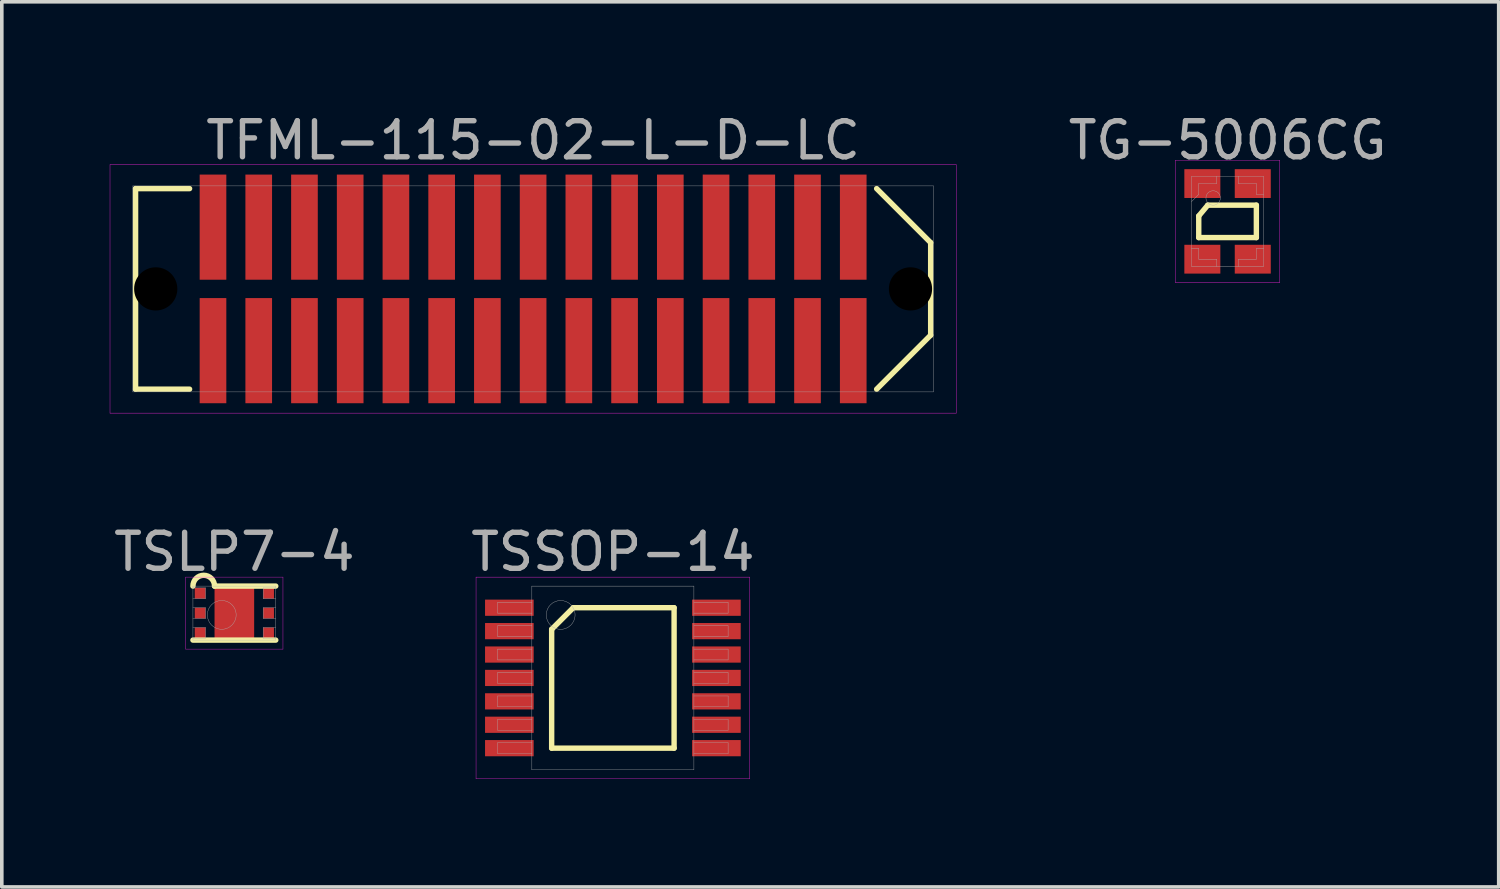
<source format=kicad_pcb>
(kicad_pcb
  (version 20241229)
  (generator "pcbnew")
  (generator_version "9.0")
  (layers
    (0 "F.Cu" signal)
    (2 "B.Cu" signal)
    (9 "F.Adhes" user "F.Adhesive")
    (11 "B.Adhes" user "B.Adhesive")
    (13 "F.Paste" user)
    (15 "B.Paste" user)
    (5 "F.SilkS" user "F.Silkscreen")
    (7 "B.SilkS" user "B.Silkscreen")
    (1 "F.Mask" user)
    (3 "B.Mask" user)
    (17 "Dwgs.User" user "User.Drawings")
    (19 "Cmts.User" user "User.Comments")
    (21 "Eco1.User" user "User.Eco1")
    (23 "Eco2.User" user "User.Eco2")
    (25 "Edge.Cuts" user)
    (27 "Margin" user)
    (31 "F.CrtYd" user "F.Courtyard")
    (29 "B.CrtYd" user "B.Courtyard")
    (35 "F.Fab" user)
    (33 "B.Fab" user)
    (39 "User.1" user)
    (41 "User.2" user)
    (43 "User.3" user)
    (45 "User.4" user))
  (footprint "TFML-115-02-L-D-LC"
    (layer "F.Cu")
    (at 11.755 4.973)
    (property "Reference" "TFML-115-02-L-D-LC" (at 0 -4.125 0) (layer "F.Fab") (effects (font (size 1 1) (thickness 0.15))))
    (attr through_hole)
    (fp_line (start -11.04 -2.785) (end -11.04 2.785) (stroke (width 0.15) (type solid)) (layer "F.SilkS"))
    (fp_line (start -11.04 2.785) (end -9.54 2.785) (stroke (width 0.15) (type solid)) (layer "F.SilkS"))
    (fp_line (start -9.54 -2.785) (end -11.04 -2.785) (stroke (width 0.15) (type solid)) (layer "F.SilkS"))
    (fp_line (start 9.54 2.785) (end 11.04 1.285) (stroke (width 0.15) (type solid)) (layer "F.SilkS"))
    (fp_line (start 11.04 -1.285) (end 9.54 -2.785) (stroke (width 0.15) (type solid)) (layer "F.SilkS"))
    (fp_line (start 11.04 1.285) (end 11.04 -1.285) (stroke (width 0.15) (type solid)) (layer "F.SilkS"))
    (fp_line (start -11.75 -3.45) (end 11.75 -3.45) (stroke (width 0.01) (type solid)) (layer "F.CrtYd"))
    (fp_line (start -11.75 3.45) (end -11.75 -3.45) (stroke (width 0.01) (type solid)) (layer "F.CrtYd"))
    (fp_line (start 11.75 -3.45) (end 11.75 3.45) (stroke (width 0.01) (type solid)) (layer "F.CrtYd"))
    (fp_line (start 11.75 3.45) (end -11.75 3.45) (stroke (width 0.01) (type solid)) (layer "F.CrtYd"))
    (fp_line (start -11.115 -2.86) (end 11.115 -2.86) (stroke (width 0.01) (type solid)) (layer "F.Fab"))
    (fp_line (start -11.115 2.86) (end -11.115 -2.86) (stroke (width 0.01) (type solid)) (layer "F.Fab"))
    (fp_line (start 11.115 -2.86) (end 11.115 2.86) (stroke (width 0.01) (type solid)) (layer "F.Fab"))
    (fp_line (start 11.115 2.86) (end -11.115 2.86) (stroke (width 0.01) (type solid)) (layer "F.Fab"))
    (pad "" np_thru_hole circle (at -10.48 0) (size 1.2 1.2) (drill 1.2) (layers "*.Mask"))
    (pad "" np_thru_hole circle (at 10.48 0) (size 1.2 1.2) (drill 1.2) (layers "*.Mask"))
    (pad "1" smd rect (at -8.89 1.715) (size 0.74 2.92) (layers "F.Cu" "F.Mask" "F.Paste"))
    (pad "2" smd rect (at -8.89 -1.715) (size 0.74 2.92) (layers "F.Cu" "F.Mask" "F.Paste"))
    (pad "3" smd rect (at -7.62 1.715) (size 0.74 2.92) (layers "F.Cu" "F.Mask" "F.Paste"))
    (pad "4" smd rect (at -7.62 -1.715) (size 0.74 2.92) (layers "F.Cu" "F.Mask" "F.Paste"))
    (pad "5" smd rect (at -6.35 1.715) (size 0.74 2.92) (layers "F.Cu" "F.Mask" "F.Paste"))
    (pad "6" smd rect (at -6.35 -1.715) (size 0.74 2.92) (layers "F.Cu" "F.Mask" "F.Paste"))
    (pad "7" smd rect (at -5.08 1.715) (size 0.74 2.92) (layers "F.Cu" "F.Mask" "F.Paste"))
    (pad "8" smd rect (at -5.08 -1.715) (size 0.74 2.92) (layers "F.Cu" "F.Mask" "F.Paste"))
    (pad "9" smd rect (at -3.81 1.715) (size 0.74 2.92) (layers "F.Cu" "F.Mask" "F.Paste"))
    (pad "10" smd rect (at -3.81 -1.715) (size 0.74 2.92) (layers "F.Cu" "F.Mask" "F.Paste"))
    (pad "11" smd rect (at -2.54 1.715) (size 0.74 2.92) (layers "F.Cu" "F.Mask" "F.Paste"))
    (pad "12" smd rect (at -2.54 -1.715) (size 0.74 2.92) (layers "F.Cu" "F.Mask" "F.Paste"))
    (pad "13" smd rect (at -1.27 1.715) (size 0.74 2.92) (layers "F.Cu" "F.Mask" "F.Paste"))
    (pad "14" smd rect (at -1.27 -1.715) (size 0.74 2.92) (layers "F.Cu" "F.Mask" "F.Paste"))
    (pad "15" smd rect (at 0 1.715) (size 0.74 2.92) (layers "F.Cu" "F.Mask" "F.Paste"))
    (pad "16" smd rect (at 0 -1.715) (size 0.74 2.92) (layers "F.Cu" "F.Mask" "F.Paste"))
    (pad "17" smd rect (at 1.27 1.715) (size 0.74 2.92) (layers "F.Cu" "F.Mask" "F.Paste"))
    (pad "18" smd rect (at 1.27 -1.715) (size 0.74 2.92) (layers "F.Cu" "F.Mask" "F.Paste"))
    (pad "19" smd rect (at 2.54 1.715) (size 0.74 2.92) (layers "F.Cu" "F.Mask" "F.Paste"))
    (pad "20" smd rect (at 2.54 -1.715) (size 0.74 2.92) (layers "F.Cu" "F.Mask" "F.Paste"))
    (pad "21" smd rect (at 3.81 1.715) (size 0.74 2.92) (layers "F.Cu" "F.Mask" "F.Paste"))
    (pad "22" smd rect (at 3.81 -1.715) (size 0.74 2.92) (layers "F.Cu" "F.Mask" "F.Paste"))
    (pad "23" smd rect (at 5.08 1.715) (size 0.74 2.92) (layers "F.Cu" "F.Mask" "F.Paste"))
    (pad "24" smd rect (at 5.08 -1.715) (size 0.74 2.92) (layers "F.Cu" "F.Mask" "F.Paste"))
    (pad "25" smd rect (at 6.35 1.715) (size 0.74 2.92) (layers "F.Cu" "F.Mask" "F.Paste"))
    (pad "26" smd rect (at 6.35 -1.715) (size 0.74 2.92) (layers "F.Cu" "F.Mask" "F.Paste"))
    (pad "27" smd rect (at 7.62 1.715) (size 0.74 2.92) (layers "F.Cu" "F.Mask" "F.Paste"))
    (pad "28" smd rect (at 7.62 -1.715) (size 0.74 2.92) (layers "F.Cu" "F.Mask" "F.Paste"))
    (pad "29" smd rect (at 8.89 1.715) (size 0.74 2.92) (layers "F.Cu" "F.Mask" "F.Paste"))
    (pad "30" smd rect (at 8.89 -1.715) (size 0.74 2.92) (layers "F.Cu" "F.Mask" "F.Paste")))
  (footprint "TSSOP-14"
    (layer "F.Cu")
    (at 13.97 15.777)
    (property "Reference" "TSSOP-14" (at 0 -3.5 0) (layer "F.Fab") (effects (font (size 1 1) (thickness 0.15))))
    (attr through_hole)
    (fp_line (start -1.7 -1.35) (end -1.1 -1.95) (stroke (width 0.15) (type solid)) (layer "F.SilkS"))
    (fp_line (start -1.7 1.95) (end -1.7 -1.35) (stroke (width 0.15) (type solid)) (layer "F.SilkS"))
    (fp_line (start -1.1 -1.95) (end 1.7 -1.95) (stroke (width 0.15) (type solid)) (layer "F.SilkS"))
    (fp_line (start 1.7 -1.95) (end 1.7 1.95) (stroke (width 0.15) (type solid)) (layer "F.SilkS"))
    (fp_line (start 1.7 1.95) (end -1.7 1.95) (stroke (width 0.15) (type solid)) (layer "F.SilkS"))
    (fp_line (start -3.8 -2.8) (end 3.8 -2.8) (stroke (width 0.01) (type solid)) (layer "F.CrtYd"))
    (fp_line (start -3.8 2.8) (end -3.8 -2.8) (stroke (width 0.01) (type solid)) (layer "F.CrtYd"))
    (fp_line (start 3.8 -2.8) (end 3.8 2.8) (stroke (width 0.01) (type solid)) (layer "F.CrtYd"))
    (fp_line (start 3.8 2.8) (end -3.8 2.8) (stroke (width 0.01) (type solid)) (layer "F.CrtYd"))
    (fp_line (start -3.2 -2.1) (end -2.25 -2.1) (stroke (width 0.01) (type solid)) (layer "F.Fab"))
    (fp_line (start -3.2 -1.8) (end -3.2 -2.1) (stroke (width 0.01) (type solid)) (layer "F.Fab"))
    (fp_line (start -3.2 -1.45) (end -2.25 -1.45) (stroke (width 0.01) (type solid)) (layer "F.Fab"))
    (fp_line (start -3.2 -1.15) (end -3.2 -1.45) (stroke (width 0.01) (type solid)) (layer "F.Fab"))
    (fp_line (start -3.2 -0.8) (end -2.25 -0.8) (stroke (width 0.01) (type solid)) (layer "F.Fab"))
    (fp_line (start -3.2 -0.5) (end -3.2 -0.8) (stroke (width 0.01) (type solid)) (layer "F.Fab"))
    (fp_line (start -3.2 -0.15) (end -2.25 -0.15) (stroke (width 0.01) (type solid)) (layer "F.Fab"))
    (fp_line (start -3.2 0.15) (end -3.2 -0.15) (stroke (width 0.01) (type solid)) (layer "F.Fab"))
    (fp_line (start -3.2 0.5) (end -2.25 0.5) (stroke (width 0.01) (type solid)) (layer "F.Fab"))
    (fp_line (start -3.2 0.8) (end -3.2 0.5) (stroke (width 0.01) (type solid)) (layer "F.Fab"))
    (fp_line (start -3.2 1.15) (end -2.25 1.15) (stroke (width 0.01) (type solid)) (layer "F.Fab"))
    (fp_line (start -3.2 1.45) (end -3.2 1.15) (stroke (width 0.01) (type solid)) (layer "F.Fab"))
    (fp_line (start -3.2 1.8) (end -2.25 1.8) (stroke (width 0.01) (type solid)) (layer "F.Fab"))
    (fp_line (start -3.2 2.1) (end -3.2 1.8) (stroke (width 0.01) (type solid)) (layer "F.Fab"))
    (fp_line (start -2.25 -2.55) (end 2.25 -2.55) (stroke (width 0.01) (type solid)) (layer "F.Fab"))
    (fp_line (start -2.25 -1.8) (end -3.2 -1.8) (stroke (width 0.01) (type solid)) (layer "F.Fab"))
    (fp_line (start -2.25 -1.15) (end -3.2 -1.15) (stroke (width 0.01) (type solid)) (layer "F.Fab"))
    (fp_line (start -2.25 -0.5) (end -3.2 -0.5) (stroke (width 0.01) (type solid)) (layer "F.Fab"))
    (fp_line (start -2.25 0.15) (end -3.2 0.15) (stroke (width 0.01) (type solid)) (layer "F.Fab"))
    (fp_line (start -2.25 0.8) (end -3.2 0.8) (stroke (width 0.01) (type solid)) (layer "F.Fab"))
    (fp_line (start -2.25 1.45) (end -3.2 1.45) (stroke (width 0.01) (type solid)) (layer "F.Fab"))
    (fp_line (start -2.25 2.1) (end -3.2 2.1) (stroke (width 0.01) (type solid)) (layer "F.Fab"))
    (fp_line (start -2.25 2.55) (end -2.25 -2.55) (stroke (width 0.01) (type solid)) (layer "F.Fab"))
    (fp_line (start 2.25 -2.55) (end 2.25 2.55) (stroke (width 0.01) (type solid)) (layer "F.Fab"))
    (fp_line (start 2.25 -2.1) (end 3.2 -2.1) (stroke (width 0.01) (type solid)) (layer "F.Fab"))
    (fp_line (start 2.25 -1.45) (end 3.2 -1.45) (stroke (width 0.01) (type solid)) (layer "F.Fab"))
    (fp_line (start 2.25 -0.8) (end 3.2 -0.8) (stroke (width 0.01) (type solid)) (layer "F.Fab"))
    (fp_line (start 2.25 -0.15) (end 3.2 -0.15) (stroke (width 0.01) (type solid)) (layer "F.Fab"))
    (fp_line (start 2.25 0.5) (end 3.2 0.5) (stroke (width 0.01) (type solid)) (layer "F.Fab"))
    (fp_line (start 2.25 1.15) (end 3.2 1.15) (stroke (width 0.01) (type solid)) (layer "F.Fab"))
    (fp_line (start 2.25 1.8) (end 3.2 1.8) (stroke (width 0.01) (type solid)) (layer "F.Fab"))
    (fp_line (start 2.25 2.55) (end -2.25 2.55) (stroke (width 0.01) (type solid)) (layer "F.Fab"))
    (fp_line (start 3.2 -2.1) (end 3.2 -1.8) (stroke (width 0.01) (type solid)) (layer "F.Fab"))
    (fp_line (start 3.2 -1.8) (end 2.25 -1.8) (stroke (width 0.01) (type solid)) (layer "F.Fab"))
    (fp_line (start 3.2 -1.45) (end 3.2 -1.15) (stroke (width 0.01) (type solid)) (layer "F.Fab"))
    (fp_line (start 3.2 -1.15) (end 2.25 -1.15) (stroke (width 0.01) (type solid)) (layer "F.Fab"))
    (fp_line (start 3.2 -0.8) (end 3.2 -0.5) (stroke (width 0.01) (type solid)) (layer "F.Fab"))
    (fp_line (start 3.2 -0.5) (end 2.25 -0.5) (stroke (width 0.01) (type solid)) (layer "F.Fab"))
    (fp_line (start 3.2 -0.15) (end 3.2 0.15) (stroke (width 0.01) (type solid)) (layer "F.Fab"))
    (fp_line (start 3.2 0.15) (end 2.25 0.15) (stroke (width 0.01) (type solid)) (layer "F.Fab"))
    (fp_line (start 3.2 0.5) (end 3.2 0.8) (stroke (width 0.01) (type solid)) (layer "F.Fab"))
    (fp_line (start 3.2 0.8) (end 2.25 0.8) (stroke (width 0.01) (type solid)) (layer "F.Fab"))
    (fp_line (start 3.2 1.15) (end 3.2 1.45) (stroke (width 0.01) (type solid)) (layer "F.Fab"))
    (fp_line (start 3.2 1.45) (end 2.25 1.45) (stroke (width 0.01) (type solid)) (layer "F.Fab"))
    (fp_line (start 3.2 1.8) (end 3.2 2.1) (stroke (width 0.01) (type solid)) (layer "F.Fab"))
    (fp_line (start 3.2 2.1) (end 2.25 2.1) (stroke (width 0.01) (type solid)) (layer "F.Fab"))
    (fp_circle (center -1.45 -1.75) (end -1.45 -1.35) (stroke (width 0.01) (type solid)) (fill no) (layer "F.Fab"))
    (pad "1" smd rect (at -2.875 -1.95) (size 1.35 0.45) (layers "F.Cu" "F.Mask" "F.Paste"))
    (pad "2" smd rect (at -2.875 -1.3) (size 1.35 0.45) (layers "F.Cu" "F.Mask" "F.Paste"))
    (pad "3" smd rect (at -2.875 -0.65) (size 1.35 0.45) (layers "F.Cu" "F.Mask" "F.Paste"))
    (pad "4" smd rect (at -2.875 0) (size 1.35 0.45) (layers "F.Cu" "F.Mask" "F.Paste"))
    (pad "5" smd rect (at -2.875 0.65) (size 1.35 0.45) (layers "F.Cu" "F.Mask" "F.Paste"))
    (pad "6" smd rect (at -2.875 1.3) (size 1.35 0.45) (layers "F.Cu" "F.Mask" "F.Paste"))
    (pad "7" smd rect (at -2.875 1.95) (size 1.35 0.45) (layers "F.Cu" "F.Mask" "F.Paste"))
    (pad "8" smd rect (at 2.875 1.95) (size 1.35 0.45) (layers "F.Cu" "F.Mask" "F.Paste"))
    (pad "9" smd rect (at 2.875 1.3) (size 1.35 0.45) (layers "F.Cu" "F.Mask" "F.Paste"))
    (pad "10" smd rect (at 2.875 0.65) (size 1.35 0.45) (layers "F.Cu" "F.Mask" "F.Paste"))
    (pad "11" smd rect (at 2.875 0) (size 1.35 0.45) (layers "F.Cu" "F.Mask" "F.Paste"))
    (pad "12" smd rect (at 2.875 -0.65) (size 1.35 0.45) (layers "F.Cu" "F.Mask" "F.Paste"))
    (pad "13" smd rect (at 2.875 -1.3) (size 1.35 0.45) (layers "F.Cu" "F.Mask" "F.Paste"))
    (pad "14" smd rect (at 2.875 -1.95) (size 1.35 0.45) (layers "F.Cu" "F.Mask" "F.Paste")))
  (footprint "TG-5006CG"
    (layer "F.Cu")
    (at 31.04 3.098)
    (property "Reference" "TG-5006CG" (at 0 -2.25 0) (layer "F.Fab") (effects (font (size 1 1) (thickness 0.15))))
    (attr through_hole)
    (fp_line (start -0.8 -0.15) (end -0.8 0.45) (stroke (width 0.15) (type solid)) (layer "F.SilkS"))
    (fp_line (start -0.8 -0.15) (end -0.55 -0.45) (stroke (width 0.15) (type solid)) (layer "F.SilkS"))
    (fp_line (start -0.8 0.45) (end 0.8 0.45) (stroke (width 0.15) (type solid)) (layer "F.SilkS"))
    (fp_line (start 0.8 -0.45) (end -0.55 -0.45) (stroke (width 0.15) (type solid)) (layer "F.SilkS"))
    (fp_line (start 0.8 0.45) (end 0.8 -0.45) (stroke (width 0.15) (type solid)) (layer "F.SilkS"))
    (fp_line (start -1.45 -1.7) (end 1.45 -1.7) (stroke (width 0.01) (type solid)) (layer "F.CrtYd"))
    (fp_line (start -1.45 1.7) (end -1.45 -1.7) (stroke (width 0.01) (type solid)) (layer "F.CrtYd"))
    (fp_line (start 1.45 -1.7) (end 1.45 1.7) (stroke (width 0.01) (type solid)) (layer "F.CrtYd"))
    (fp_line (start 1.45 1.7) (end -1.45 1.7) (stroke (width 0.01) (type solid)) (layer "F.CrtYd"))
    (fp_line (start -1 -1.25) (end 1 -1.25) (stroke (width 0.01) (type solid)) (layer "F.Fab"))
    (fp_line (start -1 1.25) (end -1 -1.25) (stroke (width 0.01) (type solid)) (layer "F.Fab"))
    (fp_line (start -0.8 -1.05) (end -0.8 -0.75) (stroke (width 0.01) (type solid)) (layer "F.Fab"))
    (fp_line (start -0.8 -0.75) (end -1 -0.55) (stroke (width 0.01) (type solid)) (layer "F.Fab"))
    (fp_line (start -0.8 0.75) (end -1 0.75) (stroke (width 0.01) (type solid)) (layer "F.Fab"))
    (fp_line (start -0.8 0.75) (end -0.8 1.05) (stroke (width 0.01) (type solid)) (layer "F.Fab"))
    (fp_line (start -0.8 1.05) (end -0.3 1.05) (stroke (width 0.01) (type solid)) (layer "F.Fab"))
    (fp_line (start -0.3 -1.25) (end -0.3 -1.05) (stroke (width 0.01) (type solid)) (layer "F.Fab"))
    (fp_line (start -0.3 -1.05) (end -0.8 -1.05) (stroke (width 0.01) (type solid)) (layer "F.Fab"))
    (fp_line (start -0.3 1.25) (end -0.3 1.05) (stroke (width 0.01) (type solid)) (layer "F.Fab"))
    (fp_line (start 0.3 -1.25) (end 0.3 -1.05) (stroke (width 0.01) (type solid)) (layer "F.Fab"))
    (fp_line (start 0.3 -1.05) (end 0.8 -1.05) (stroke (width 0.01) (type solid)) (layer "F.Fab"))
    (fp_line (start 0.3 1.05) (end 0.8 1.05) (stroke (width 0.01) (type solid)) (layer "F.Fab"))
    (fp_line (start 0.3 1.25) (end 0.3 1.05) (stroke (width 0.01) (type solid)) (layer "F.Fab"))
    (fp_line (start 0.8 -1.05) (end 0.8 -0.75) (stroke (width 0.01) (type solid)) (layer "F.Fab"))
    (fp_line (start 0.8 -0.75) (end 1 -0.75) (stroke (width 0.01) (type solid)) (layer "F.Fab"))
    (fp_line (start 0.8 0.75) (end 1 0.75) (stroke (width 0.01) (type solid)) (layer "F.Fab"))
    (fp_line (start 0.8 1.05) (end 0.8 0.75) (stroke (width 0.01) (type solid)) (layer "F.Fab"))
    (fp_line (start 1 -1.25) (end 1 1.25) (stroke (width 0.01) (type solid)) (layer "F.Fab"))
    (fp_line (start 1 1.25) (end -1 1.25) (stroke (width 0.01) (type solid)) (layer "F.Fab"))
    (fp_circle (center -0.4 -0.65) (end -0.6 -0.65) (stroke (width 0.01) (type solid)) (fill no) (layer "F.Fab"))
    (pad "1" smd rect (at -0.7 -1.05) (size 1 0.8) (layers "F.Cu" "F.Mask" "F.Paste"))
    (pad "2" smd rect (at -0.7 1.05) (size 1 0.8) (layers "F.Cu" "F.Mask" "F.Paste"))
    (pad "3" smd rect (at 0.7 1.05) (size 1 0.8) (layers "F.Cu" "F.Mask" "F.Paste"))
    (pad "4" smd rect (at 0.7 -1.05) (size 1 0.8) (layers "F.Cu" "F.Mask" "F.Paste")))
  (footprint "TSLP7-4"
    (layer "F.Cu")
    (at 3.458 13.976)
    (property "Reference" "TSLP7-4" (at 0 -1.7 0) (layer "F.Fab") (effects (font (size 1 1) (thickness 0.15))))
    (attr through_hole)
    (fp_line (start -1.15 0.75) (end 1.15 0.75) (stroke (width 0.15) (type solid)) (layer "F.SilkS"))
    (fp_line (start -0.55 -0.75) (end 1.15 -0.75) (stroke (width 0.15) (type solid)) (layer "F.SilkS"))
    (fp_arc (start -1.15 -0.75) (mid -0.85 -1.05) (end -0.55 -0.75) (stroke (width 0.15) (type solid)) (layer "F.SilkS"))
    (fp_line (start -1.35 -1) (end 1.35 -1) (stroke (width 0.01) (type solid)) (layer "F.CrtYd"))
    (fp_line (start -1.35 1) (end -1.35 -1) (stroke (width 0.01) (type solid)) (layer "F.CrtYd"))
    (fp_line (start 1.35 -1) (end 1.35 1) (stroke (width 0.01) (type solid)) (layer "F.CrtYd"))
    (fp_line (start 1.35 1) (end -1.35 1) (stroke (width 0.01) (type solid)) (layer "F.CrtYd"))
    (fp_line (start -1.15 -0.75) (end 1.15 -0.75) (stroke (width 0.01) (type solid)) (layer "F.Fab"))
    (fp_line (start -1.15 -0.4) (end -0.8 -0.4) (stroke (width 0.01) (type solid)) (layer "F.Fab"))
    (fp_line (start -1.15 0.15) (end -0.8 0.15) (stroke (width 0.01) (type solid)) (layer "F.Fab"))
    (fp_line (start -1.15 0.7) (end -0.8 0.7) (stroke (width 0.01) (type solid)) (layer "F.Fab"))
    (fp_line (start -1.15 0.75) (end -1.15 -0.75) (stroke (width 0.01) (type solid)) (layer "F.Fab"))
    (fp_line (start -0.8 -0.7) (end -1.15 -0.7) (stroke (width 0.01) (type solid)) (layer "F.Fab"))
    (fp_line (start -0.8 -0.4) (end -0.8 -0.7) (stroke (width 0.01) (type solid)) (layer "F.Fab"))
    (fp_line (start -0.8 -0.15) (end -1.15 -0.15) (stroke (width 0.01) (type solid)) (layer "F.Fab"))
    (fp_line (start -0.8 0.15) (end -0.8 -0.15) (stroke (width 0.01) (type solid)) (layer "F.Fab"))
    (fp_line (start -0.8 0.4) (end -1.15 0.4) (stroke (width 0.01) (type solid)) (layer "F.Fab"))
    (fp_line (start -0.8 0.7) (end -0.8 0.4) (stroke (width 0.01) (type solid)) (layer "F.Fab"))
    (fp_line (start 0.8 -0.7) (end 0.8 -0.4) (stroke (width 0.01) (type solid)) (layer "F.Fab"))
    (fp_line (start 0.8 -0.4) (end 1.15 -0.4) (stroke (width 0.01) (type solid)) (layer "F.Fab"))
    (fp_line (start 0.8 -0.15) (end 0.8 0.15) (stroke (width 0.01) (type solid)) (layer "F.Fab"))
    (fp_line (start 0.8 0.15) (end 1.15 0.15) (stroke (width 0.01) (type solid)) (layer "F.Fab"))
    (fp_line (start 0.8 0.4) (end 0.8 0.7) (stroke (width 0.01) (type solid)) (layer "F.Fab"))
    (fp_line (start 0.8 0.7) (end 1.15 0.7) (stroke (width 0.01) (type solid)) (layer "F.Fab"))
    (fp_line (start 1.15 -0.75) (end 1.15 0.75) (stroke (width 0.01) (type solid)) (layer "F.Fab"))
    (fp_line (start 1.15 -0.7) (end 0.8 -0.7) (stroke (width 0.01) (type solid)) (layer "F.Fab"))
    (fp_line (start 1.15 -0.15) (end 0.8 -0.15) (stroke (width 0.01) (type solid)) (layer "F.Fab"))
    (fp_line (start 1.15 0.4) (end 0.8 0.4) (stroke (width 0.01) (type solid)) (layer "F.Fab"))
    (fp_line (start 1.15 0.75) (end -1.15 0.75) (stroke (width 0.01) (type solid)) (layer "F.Fab"))
    (fp_circle (center -0.35 0.05) (end -0.35 0.45) (stroke (width 0.01) (type solid)) (fill no) (layer "F.Fab"))
    (pad "" smd rect (at -0.425 -0.549) (size 0.25 0.299) (layers "F.Mask"))
    (pad "" smd rect (at -0.425 -0.549) (size 0.25 0.299) (layers "F.Paste"))
    (pad "" smd rect (at -0.425 0) (size 0.25 0.299) (layers "F.Mask"))
    (pad "" smd rect (at -0.425 0) (size 0.25 0.299) (layers "F.Paste"))
    (pad "" smd rect (at -0.425 0.549) (size 0.25 0.299) (layers "F.Mask"))
    (pad "" smd rect (at -0.425 0.549) (size 0.25 0.299) (layers "F.Paste"))
    (pad "" smd rect (at 0 -0.549) (size 0.25 0.299) (layers "F.Mask"))
    (pad "" smd rect (at 0 -0.549) (size 0.25 0.299) (layers "F.Paste"))
    (pad "" smd rect (at 0 0) (size 0.25 0.299) (layers "F.Mask"))
    (pad "" smd rect (at 0 0) (size 0.25 0.299) (layers "F.Paste"))
    (pad "" smd rect (at 0 0.549) (size 0.25 0.299) (layers "F.Mask"))
    (pad "" smd rect (at 0 0.549) (size 0.25 0.299) (layers "F.Paste"))
    (pad "" smd rect (at 0.425 -0.549) (size 0.25 0.299) (layers "F.Mask"))
    (pad "" smd rect (at 0.425 -0.549) (size 0.25 0.299) (layers "F.Paste"))
    (pad "" smd rect (at 0.425 0) (size 0.25 0.299) (layers "F.Mask"))
    (pad "" smd rect (at 0.425 0) (size 0.25 0.299) (layers "F.Paste"))
    (pad "" smd rect (at 0.425 0.549) (size 0.25 0.299) (layers "F.Mask"))
    (pad "" smd rect (at 0.425 0.549) (size 0.25 0.299) (layers "F.Paste"))
    (pad "1" smd rect (at -0.95 -0.55) (size 0.3 0.3) (layers "F.Cu" "F.Mask" "F.Paste"))
    (pad "2" smd rect (at -0.95 0) (size 0.3 0.3) (layers "F.Cu" "F.Mask" "F.Paste"))
    (pad "3" smd rect (at -0.95 0.55) (size 0.3 0.3) (layers "F.Cu" "F.Mask" "F.Paste"))
    (pad "4" smd rect (at 0.95 0.55) (size 0.3 0.3) (layers "F.Cu" "F.Mask" "F.Paste"))
    (pad "5" smd rect (at 0.95 0) (size 0.3 0.3) (layers "F.Cu" "F.Mask" "F.Paste"))
    (pad "6" smd rect (at 0.95 -0.55) (size 0.3 0.3) (layers "F.Cu" "F.Mask" "F.Paste"))
    (pad "EP" smd rect (at 0 0) (size 1.1 1.4) (layers "F.Cu")))
  (gr_rect
    (start -3 -3)
    (end 38.57 21.581)
    (stroke (width 0.1) (type default))
    (fill no)
    (layer "Edge.Cuts")))
</source>
